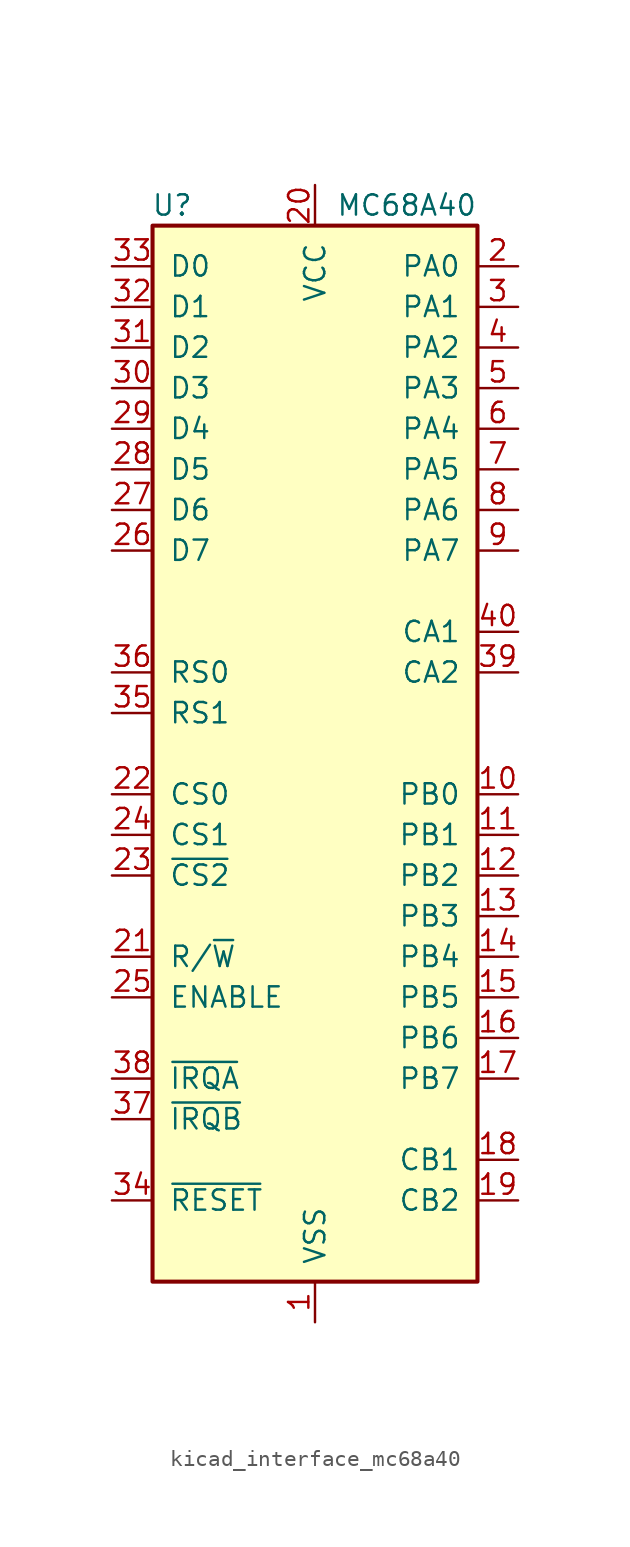
<source format=kicad_sym>
(kicad_symbol_lib
  (version 20220914)
  (generator kicad_symbol_editor)
  (symbol "kicad_interface_mc68a40"
    (pin_names
      (offset 1.016))
    (property "Reference" "U"
      (at -7.62 34.29 0)
      (effects (font (size 1.27 1.27)) (justify right)))
    (property "Value" "MC68A40"
      (at 10.16 34.29 0)
      (effects (font (size 1.27 1.27)) (justify right)))
    (symbol "kicad_interface_mc68a40_0_1"
      (rectangle (start -10.16 -33.02) (end 10.16 33.02) (stroke (width 0.254) (type default)) (fill (type background))))
    (symbol "kicad_interface_mc68a40_1_1"
      (pin power_in line (at 0 -35.56 90) (length 2.54) (name "VSS" (effects (font (size 1.27 1.27)))) (number "1" (effects (font (size 1.27 1.27)))))
      (pin bidirectional line (at 12.7 -2.54 180) (length 2.54) (name "PB0" (effects (font (size 1.27 1.27)))) (number "10" (effects (font (size 1.27 1.27)))))
      (pin bidirectional line (at 12.7 -5.08 180) (length 2.54) (name "PB1" (effects (font (size 1.27 1.27)))) (number "11" (effects (font (size 1.27 1.27)))))
      (pin bidirectional line (at 12.7 -7.62 180) (length 2.54) (name "PB2" (effects (font (size 1.27 1.27)))) (number "12" (effects (font (size 1.27 1.27)))))
      (pin bidirectional line (at 12.7 -10.16 180) (length 2.54) (name "PB3" (effects (font (size 1.27 1.27)))) (number "13" (effects (font (size 1.27 1.27)))))
      (pin bidirectional line (at 12.7 -12.7 180) (length 2.54) (name "PB4" (effects (font (size 1.27 1.27)))) (number "14" (effects (font (size 1.27 1.27)))))
      (pin bidirectional line (at 12.7 -15.24 180) (length 2.54) (name "PB5" (effects (font (size 1.27 1.27)))) (number "15" (effects (font (size 1.27 1.27)))))
      (pin bidirectional line (at 12.7 -17.78 180) (length 2.54) (name "PB6" (effects (font (size 1.27 1.27)))) (number "16" (effects (font (size 1.27 1.27)))))
      (pin bidirectional line (at 12.7 -20.32 180) (length 2.54) (name "PB7" (effects (font (size 1.27 1.27)))) (number "17" (effects (font (size 1.27 1.27)))))
      (pin input line (at 12.7 -25.4 180) (length 2.54) (name "CB1" (effects (font (size 1.27 1.27)))) (number "18" (effects (font (size 1.27 1.27)))))
      (pin bidirectional line (at 12.7 -27.94 180) (length 2.54) (name "CB2" (effects (font (size 1.27 1.27)))) (number "19" (effects (font (size 1.27 1.27)))))
      (pin bidirectional line (at 12.7 30.48 180) (length 2.54) (name "PA0" (effects (font (size 1.27 1.27)))) (number "2" (effects (font (size 1.27 1.27)))))
      (pin power_in line (at 0 35.56 270) (length 2.54) (name "VCC" (effects (font (size 1.27 1.27)))) (number "20" (effects (font (size 1.27 1.27)))))
      (pin input line (at -12.7 -12.7 0) (length 2.54) (name "R/~{W}" (effects (font (size 1.27 1.27)))) (number "21" (effects (font (size 1.27 1.27)))))
      (pin input line (at -12.7 -2.54 0) (length 2.54) (name "CS0" (effects (font (size 1.27 1.27)))) (number "22" (effects (font (size 1.27 1.27)))))
      (pin input line (at -12.7 -7.62 0) (length 2.54) (name "~{CS2}" (effects (font (size 1.27 1.27)))) (number "23" (effects (font (size 1.27 1.27)))))
      (pin input line (at -12.7 -5.08 0) (length 2.54) (name "CS1" (effects (font (size 1.27 1.27)))) (number "24" (effects (font (size 1.27 1.27)))))
      (pin input line (at -12.7 -15.24 0) (length 2.54) (name "ENABLE" (effects (font (size 1.27 1.27)))) (number "25" (effects (font (size 1.27 1.27)))))
      (pin bidirectional line (at -12.7 12.7 0) (length 2.54) (name "D7" (effects (font (size 1.27 1.27)))) (number "26" (effects (font (size 1.27 1.27)))))
      (pin bidirectional line (at -12.7 15.24 0) (length 2.54) (name "D6" (effects (font (size 1.27 1.27)))) (number "27" (effects (font (size 1.27 1.27)))))
      (pin bidirectional line (at -12.7 17.78 0) (length 2.54) (name "D5" (effects (font (size 1.27 1.27)))) (number "28" (effects (font (size 1.27 1.27)))))
      (pin bidirectional line (at -12.7 20.32 0) (length 2.54) (name "D4" (effects (font (size 1.27 1.27)))) (number "29" (effects (font (size 1.27 1.27)))))
      (pin bidirectional line (at 12.7 27.94 180) (length 2.54) (name "PA1" (effects (font (size 1.27 1.27)))) (number "3" (effects (font (size 1.27 1.27)))))
      (pin bidirectional line (at -12.7 22.86 0) (length 2.54) (name "D3" (effects (font (size 1.27 1.27)))) (number "30" (effects (font (size 1.27 1.27)))))
      (pin bidirectional line (at -12.7 25.4 0) (length 2.54) (name "D2" (effects (font (size 1.27 1.27)))) (number "31" (effects (font (size 1.27 1.27)))))
      (pin bidirectional line (at -12.7 27.94 0) (length 2.54) (name "D1" (effects (font (size 1.27 1.27)))) (number "32" (effects (font (size 1.27 1.27)))))
      (pin bidirectional line (at -12.7 30.48 0) (length 2.54) (name "D0" (effects (font (size 1.27 1.27)))) (number "33" (effects (font (size 1.27 1.27)))))
      (pin input line (at -12.7 -27.94 0) (length 2.54) (name "~{RESET}" (effects (font (size 1.27 1.27)))) (number "34" (effects (font (size 1.27 1.27)))))
      (pin input line (at -12.7 2.54 0) (length 2.54) (name "RS1" (effects (font (size 1.27 1.27)))) (number "35" (effects (font (size 1.27 1.27)))))
      (pin input line (at -12.7 5.08 0) (length 2.54) (name "RS0" (effects (font (size 1.27 1.27)))) (number "36" (effects (font (size 1.27 1.27)))))
      (pin open_collector line (at -12.7 -22.86 0) (length 2.54) (name "~{IRQB}" (effects (font (size 1.27 1.27)))) (number "37" (effects (font (size 1.27 1.27)))))
      (pin open_collector line (at -12.7 -20.32 0) (length 2.54) (name "~{IRQA}" (effects (font (size 1.27 1.27)))) (number "38" (effects (font (size 1.27 1.27)))))
      (pin bidirectional line (at 12.7 5.08 180) (length 2.54) (name "CA2" (effects (font (size 1.27 1.27)))) (number "39" (effects (font (size 1.27 1.27)))))
      (pin bidirectional line (at 12.7 25.4 180) (length 2.54) (name "PA2" (effects (font (size 1.27 1.27)))) (number "4" (effects (font (size 1.27 1.27)))))
      (pin input line (at 12.7 7.62 180) (length 2.54) (name "CA1" (effects (font (size 1.27 1.27)))) (number "40" (effects (font (size 1.27 1.27)))))
      (pin bidirectional line (at 12.7 22.86 180) (length 2.54) (name "PA3" (effects (font (size 1.27 1.27)))) (number "5" (effects (font (size 1.27 1.27)))))
      (pin bidirectional line (at 12.7 20.32 180) (length 2.54) (name "PA4" (effects (font (size 1.27 1.27)))) (number "6" (effects (font (size 1.27 1.27)))))
      (pin bidirectional line (at 12.7 17.78 180) (length 2.54) (name "PA5" (effects (font (size 1.27 1.27)))) (number "7" (effects (font (size 1.27 1.27)))))
      (pin bidirectional line (at 12.7 15.24 180) (length 2.54) (name "PA6" (effects (font (size 1.27 1.27)))) (number "8" (effects (font (size 1.27 1.27)))))
      (pin bidirectional line (at 12.7 12.7 180) (length 2.54) (name "PA7" (effects (font (size 1.27 1.27)))) (number "9" (effects (font (size 1.27 1.27))))))))
</source>
